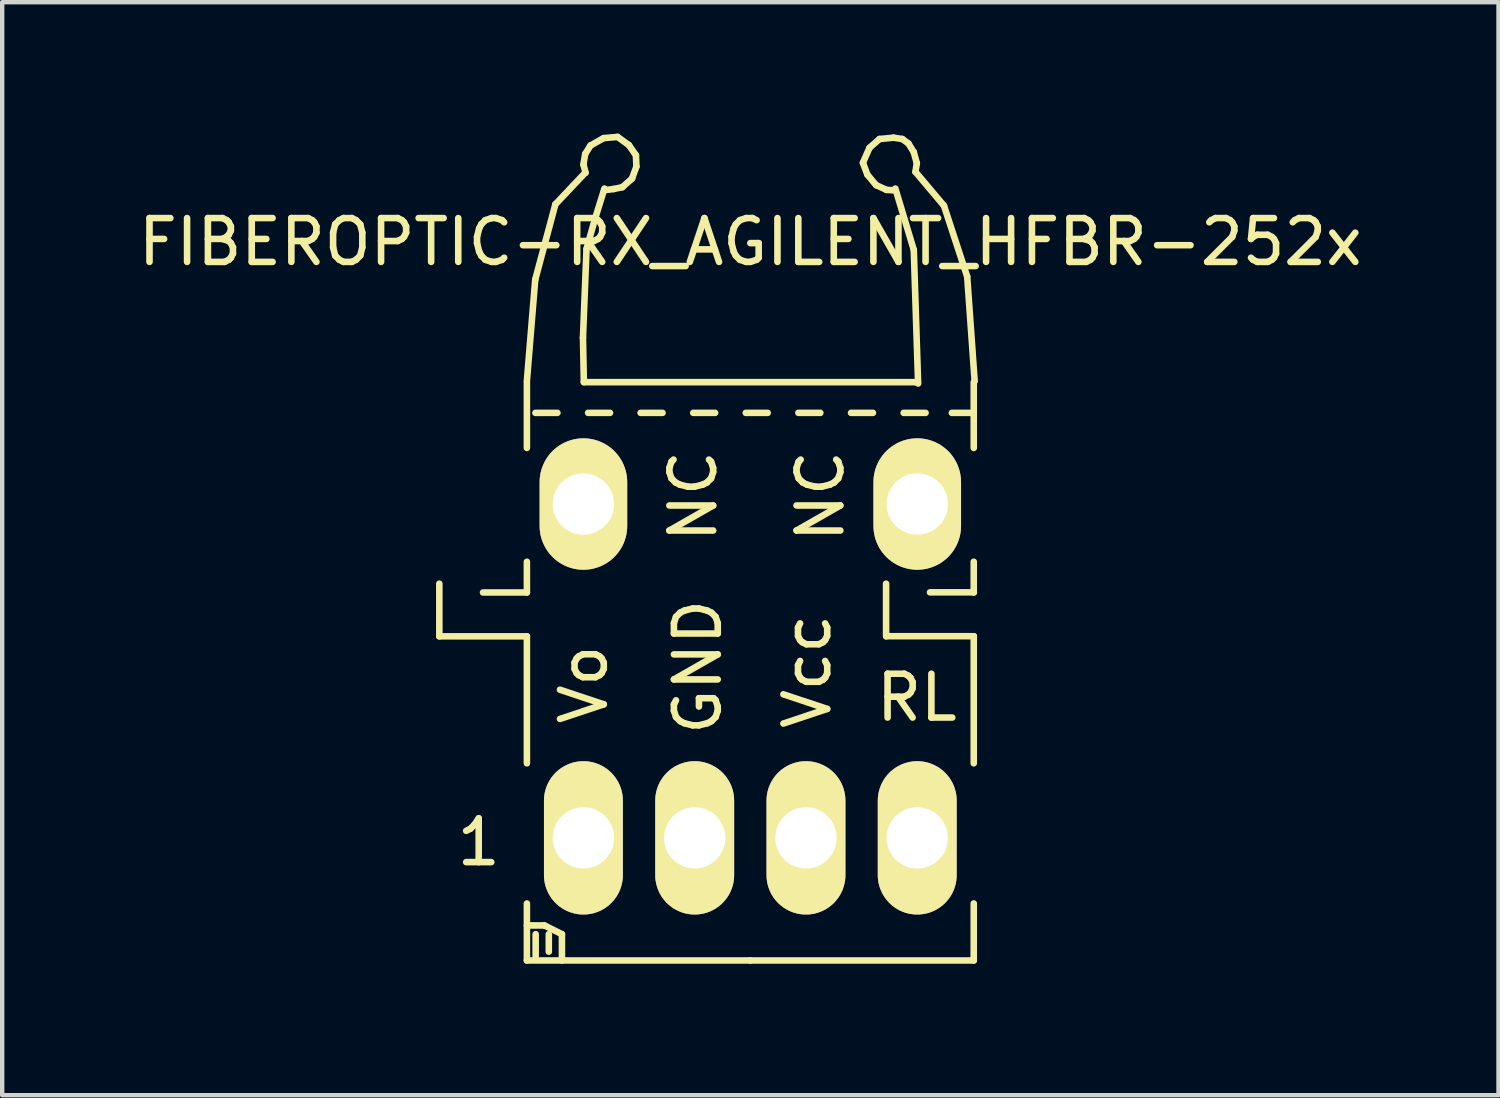
<source format=kicad_pcb>
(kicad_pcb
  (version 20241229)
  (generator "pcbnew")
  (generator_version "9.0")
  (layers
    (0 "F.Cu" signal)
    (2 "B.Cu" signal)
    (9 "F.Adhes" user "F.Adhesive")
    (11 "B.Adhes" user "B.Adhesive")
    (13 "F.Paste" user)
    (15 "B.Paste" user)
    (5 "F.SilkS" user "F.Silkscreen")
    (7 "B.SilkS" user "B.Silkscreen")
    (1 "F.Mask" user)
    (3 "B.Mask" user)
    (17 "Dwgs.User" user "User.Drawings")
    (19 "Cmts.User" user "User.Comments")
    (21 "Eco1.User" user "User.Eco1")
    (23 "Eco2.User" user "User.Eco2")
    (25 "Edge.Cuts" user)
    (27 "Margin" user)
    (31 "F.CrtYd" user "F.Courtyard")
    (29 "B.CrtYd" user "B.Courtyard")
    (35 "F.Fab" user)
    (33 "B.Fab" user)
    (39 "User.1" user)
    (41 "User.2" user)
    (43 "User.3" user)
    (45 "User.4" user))
  (footprint "FIBEROPTIC-RX_AGILENT_HFBR-252x"
    (layer "F.Cu")
    (at 14.077 10.474)
    (property "Reference" "FIBEROPTIC-RX_AGILENT_HFBR-252x" (at 0 -8.001 0) (layer "F.SilkS") (effects (font (size 1 1) (thickness 0.15))))
    (attr through_hole)
    (fp_line (start -7.099 1.001) (end -7.099 -0.201) (stroke (width 0.15) (type solid)) (layer "F.SilkS"))
    (fp_line (start -6.101 0) (end -5.1 0) (stroke (width 0.15) (type solid)) (layer "F.SilkS"))
    (fp_line (start -5.1 -4.831) (end -4.91 -7.14) (stroke (width 0.15) (type solid)) (layer "F.SilkS"))
    (fp_line (start -5.1 -4.801) (end -5.1 -3.299) (stroke (width 0.15) (type solid)) (layer "F.SilkS"))
    (fp_line (start -5.1 0) (end -5.1 -0.701) (stroke (width 0.15) (type solid)) (layer "F.SilkS"))
    (fp_line (start -5.1 1.001) (end -7.099 1.001) (stroke (width 0.15) (type solid)) (layer "F.SilkS"))
    (fp_line (start -5.1 1.001) (end -5.1 3.899) (stroke (width 0.15) (type solid)) (layer "F.SilkS"))
    (fp_line (start -5.1 7.6) (end -4.699 7.6) (stroke (width 0.15) (type solid)) (layer "F.SilkS"))
    (fp_line (start -5.1 8.4) (end -5.1 7.099) (stroke (width 0.15) (type solid)) (layer "F.SilkS"))
    (fp_line (start -4.91 -7.14) (end -4.45 -8.86) (stroke (width 0.15) (type solid)) (layer "F.SilkS"))
    (fp_line (start -4.9 7.8) (end -4.9 8.301) (stroke (width 0.15) (type solid)) (layer "F.SilkS"))
    (fp_line (start -4.699 7.6) (end -4.3 7.8) (stroke (width 0.15) (type solid)) (layer "F.SilkS"))
    (fp_line (start -4.6 7.8) (end -4.6 8.199) (stroke (width 0.15) (type solid)) (layer "F.SilkS"))
    (fp_line (start -4.45 -8.86) (end -3.769 -9.581) (stroke (width 0.15) (type solid)) (layer "F.SilkS"))
    (fp_line (start -4.404 -4.1) (end -4.905 -4.1) (stroke (width 0.15) (type solid)) (layer "F.SilkS"))
    (fp_line (start -4.3 7.8) (end -4.3 8.4) (stroke (width 0.15) (type solid)) (layer "F.SilkS"))
    (fp_line (start -3.82 -5.819) (end -3.739 -7.841) (stroke (width 0.15) (type solid)) (layer "F.SilkS"))
    (fp_line (start -3.81 -9.769) (end -3.759 -9.581) (stroke (width 0.15) (type solid)) (layer "F.SilkS"))
    (fp_line (start -3.8 -4.801) (end -3.82 -5.819) (stroke (width 0.15) (type solid)) (layer "F.SilkS"))
    (fp_line (start -3.769 -10.01) (end -3.81 -9.769) (stroke (width 0.15) (type solid)) (layer "F.SilkS"))
    (fp_line (start -3.739 -7.841) (end -3.551 -8.509) (stroke (width 0.15) (type solid)) (layer "F.SilkS"))
    (fp_line (start -3.65 -10.201) (end -3.769 -10.01) (stroke (width 0.15) (type solid)) (layer "F.SilkS"))
    (fp_line (start -3.551 -8.509) (end -3.33 -9.22) (stroke (width 0.15) (type solid)) (layer "F.SilkS"))
    (fp_line (start -3.35 -10.371) (end -3.65 -10.201) (stroke (width 0.15) (type solid)) (layer "F.SilkS"))
    (fp_line (start -3.269 -9.19) (end -3.119 -9.21) (stroke (width 0.15) (type solid)) (layer "F.SilkS"))
    (fp_line (start -3.203 -4.1) (end -3.703 -4.1) (stroke (width 0.15) (type solid)) (layer "F.SilkS"))
    (fp_line (start -3.119 -9.21) (end -2.921 -9.251) (stroke (width 0.15) (type solid)) (layer "F.SilkS"))
    (fp_line (start -3.03 -10.399) (end -3.35 -10.371) (stroke (width 0.15) (type solid)) (layer "F.SilkS"))
    (fp_line (start -2.921 -9.251) (end -2.7 -9.449) (stroke (width 0.15) (type solid)) (layer "F.SilkS"))
    (fp_line (start -2.771 -10.211) (end -3.03 -10.399) (stroke (width 0.15) (type solid)) (layer "F.SilkS"))
    (fp_line (start -2.7 -9.449) (end -2.601 -9.721) (stroke (width 0.15) (type solid)) (layer "F.SilkS"))
    (fp_line (start -2.611 -9.98) (end -2.771 -10.211) (stroke (width 0.15) (type solid)) (layer "F.SilkS"))
    (fp_line (start -2.601 -9.721) (end -2.611 -9.98) (stroke (width 0.15) (type solid)) (layer "F.SilkS"))
    (fp_line (start -2.004 -4.1) (end -2.504 -4.1) (stroke (width 0.15) (type solid)) (layer "F.SilkS"))
    (fp_line (start -0.803 -4.1) (end -1.303 -4.1) (stroke (width 0.15) (type solid)) (layer "F.SilkS"))
    (fp_line (start 0 8.4) (end -5.1 8.4) (stroke (width 0.15) (type solid)) (layer "F.SilkS"))
    (fp_line (start 0 8.4) (end 5.1 8.4) (stroke (width 0.15) (type solid)) (layer "F.SilkS"))
    (fp_line (start 0.396 -4.1) (end -0.104 -4.1) (stroke (width 0.15) (type solid)) (layer "F.SilkS"))
    (fp_line (start 1.598 -4.1) (end 1.097 -4.1) (stroke (width 0.15) (type solid)) (layer "F.SilkS"))
    (fp_line (start 2.57 -9.809) (end 2.67 -9.54) (stroke (width 0.15) (type solid)) (layer "F.SilkS"))
    (fp_line (start 2.67 -9.54) (end 2.87 -9.299) (stroke (width 0.15) (type solid)) (layer "F.SilkS"))
    (fp_line (start 2.72 -10.15) (end 2.57 -9.809) (stroke (width 0.15) (type solid)) (layer "F.SilkS"))
    (fp_line (start 2.799 -4.1) (end 2.299 -4.1) (stroke (width 0.15) (type solid)) (layer "F.SilkS"))
    (fp_line (start 2.87 -9.299) (end 3.109 -9.19) (stroke (width 0.15) (type solid)) (layer "F.SilkS"))
    (fp_line (start 2.949 -10.351) (end 2.72 -10.15) (stroke (width 0.15) (type solid)) (layer "F.SilkS"))
    (fp_line (start 3.099 1.001) (end 3.099 -0.201) (stroke (width 0.15) (type solid)) (layer "F.SilkS"))
    (fp_line (start 3.109 -9.19) (end 3.269 -9.18) (stroke (width 0.15) (type solid)) (layer "F.SilkS"))
    (fp_line (start 3.269 -10.381) (end 2.949 -10.351) (stroke (width 0.15) (type solid)) (layer "F.SilkS"))
    (fp_line (start 3.47 -10.351) (end 3.269 -10.381) (stroke (width 0.15) (type solid)) (layer "F.SilkS"))
    (fp_line (start 3.609 -10.249) (end 3.47 -10.351) (stroke (width 0.15) (type solid)) (layer "F.SilkS"))
    (fp_line (start 3.731 -10.051) (end 3.609 -10.249) (stroke (width 0.15) (type solid)) (layer "F.SilkS"))
    (fp_line (start 3.731 -7.821) (end 3.31 -9.22) (stroke (width 0.15) (type solid)) (layer "F.SilkS"))
    (fp_line (start 3.769 -9.601) (end 3.8 -9.799) (stroke (width 0.15) (type solid)) (layer "F.SilkS"))
    (fp_line (start 3.8 -9.799) (end 3.731 -10.051) (stroke (width 0.15) (type solid)) (layer "F.SilkS"))
    (fp_line (start 3.8 -4.801) (end -3.8 -4.801) (stroke (width 0.15) (type solid)) (layer "F.SilkS"))
    (fp_line (start 3.83 -4.77) (end 3.731 -7.821) (stroke (width 0.15) (type solid)) (layer "F.SilkS"))
    (fp_line (start 4 -4.1) (end 3.5 -4.1) (stroke (width 0.15) (type solid)) (layer "F.SilkS"))
    (fp_line (start 4.102 -0.003) (end 5.103 -0.003) (stroke (width 0.15) (type solid)) (layer "F.SilkS"))
    (fp_line (start 4.42 -8.829) (end 3.769 -9.601) (stroke (width 0.15) (type solid)) (layer "F.SilkS"))
    (fp_line (start 4.95 -7.211) (end 4.42 -8.829) (stroke (width 0.15) (type solid)) (layer "F.SilkS"))
    (fp_line (start 5.1 -4.1) (end 4.6 -4.1) (stroke (width 0.15) (type solid)) (layer "F.SilkS"))
    (fp_line (start 5.1 -3.299) (end 5.1 -4.801) (stroke (width 0.15) (type solid)) (layer "F.SilkS"))
    (fp_line (start 5.1 0) (end 5.1 -0.701) (stroke (width 0.15) (type solid)) (layer "F.SilkS"))
    (fp_line (start 5.1 3.899) (end 5.1 1.001) (stroke (width 0.15) (type solid)) (layer "F.SilkS"))
    (fp_line (start 5.1 8.4) (end 5.1 7.099) (stroke (width 0.15) (type solid)) (layer "F.SilkS"))
    (fp_line (start 5.103 0.998) (end 3.104 0.998) (stroke (width 0.15) (type solid)) (layer "F.SilkS"))
    (fp_line (start 5.121 -4.821) (end 4.95 -7.211) (stroke (width 0.15) (type solid)) (layer "F.SilkS"))
    (fp_text user "RL" (at 3.8 2.4 0) (layer "F.SilkS") (effects (font (size 1 1) (thickness 0.15))))
    (fp_text user "Vcc" (at 1.3 1.801 90) (layer "F.SilkS") (effects (font (size 1 1) (thickness 0.15))))
    (fp_text user "NC" (at 1.6 -2.2 90) (layer "F.SilkS") (effects (font (size 1 1) (thickness 0.15))))
    (fp_text user "NC" (at -1.303 -2.2 90) (layer "F.SilkS") (effects (font (size 1 1) (thickness 0.15))))
    (fp_text user "Vo" (at -3.8 2.101 90) (layer "F.SilkS") (effects (font (size 1 1) (thickness 0.15))))
    (fp_text user "GND" (at -1.199 1.699 90) (layer "F.SilkS") (effects (font (size 1 1) (thickness 0.15))))
    (fp_text user "1" (at -6.2 5.7 0) (layer "F.SilkS") (effects (font (size 1 1) (thickness 0.15))))
    (pad "1" thru_hole oval (at -3.81 5.601) (size 1.801 3.5) (drill 1.4) (layers "*.Cu" "*.Mask" "F.SilkS"))
    (pad "2" thru_hole oval (at -1.27 5.601) (size 1.801 3.5) (drill 1.4) (layers "*.Cu" "*.Mask" "F.SilkS"))
    (pad "3" thru_hole oval (at 1.27 5.601) (size 1.801 3.5) (drill 1.4) (layers "*.Cu" "*.Mask" "F.SilkS"))
    (pad "4" thru_hole oval (at 3.81 5.601) (size 1.801 3.5) (drill 1.4) (layers "*.Cu" "*.Mask" "F.SilkS"))
    (pad "5" thru_hole oval (at 3.81 -2.019) (size 1.999 3) (drill 1.4) (layers "*.Cu" "*.Mask" "F.SilkS"))
    (pad "6" thru_hole oval (at -3.81 -2.019) (size 1.999 3) (drill 1.4) (layers "*.Cu" "*.Mask" "F.SilkS")))
  (gr_rect
    (start -3 -3)
    (end 31.155 21.949)
    (stroke (width 0.1) (type default))
    (fill no)
    (layer "Edge.Cuts")))
</source>
